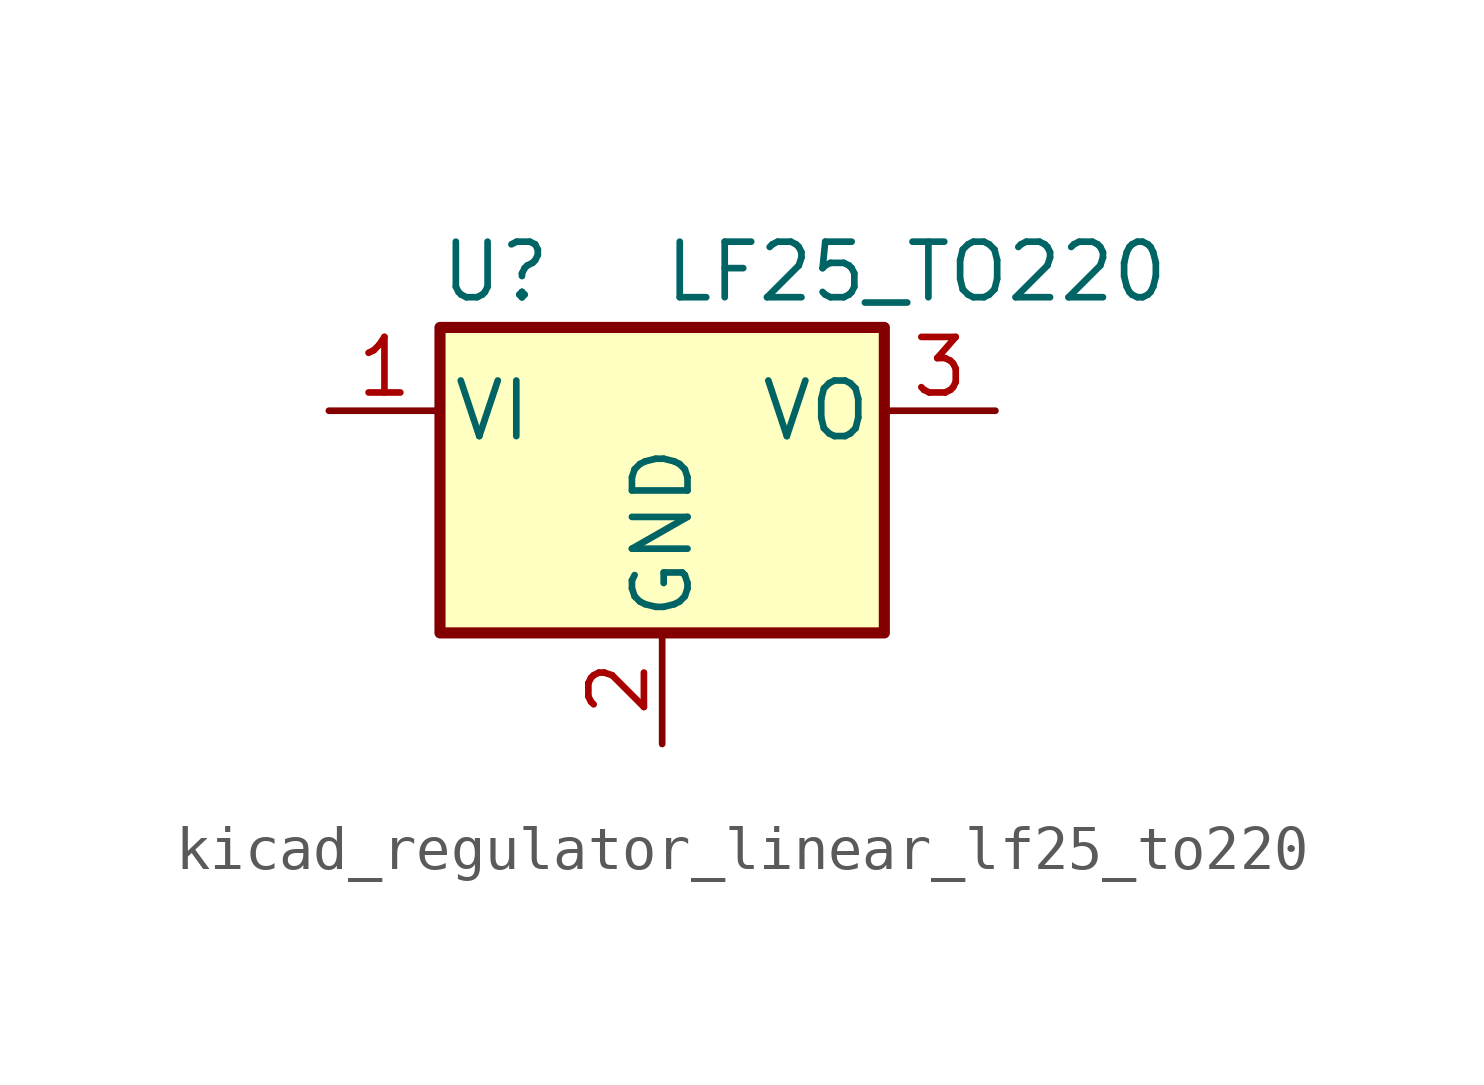
<source format=kicad_sym>
(kicad_symbol_lib
  (version 20220914)
  (generator kicad_symbol_editor)
  (symbol "kicad_regulator_linear_lf25_to220"
    (pin_names
      (offset 0.254))
    (property "Reference" "U"
      (at -3.81 3.175 0)
      (effects (font (size 1.27 1.27))))
    (property "Value" "LF25_TO220"
      (at 0 3.175 0)
      (effects (font (size 1.27 1.27)) (justify left)))
    (symbol "kicad_regulator_linear_lf25_to220_0_1"
      (rectangle (start -5.08 1.905) (end 5.08 -5.08) (stroke (width 0.254) (type default)) (fill (type background))))
    (symbol "kicad_regulator_linear_lf25_to220_1_1"
      (pin power_in line (at -7.62 0 0) (length 2.54) (name "VI" (effects (font (size 1.27 1.27)))) (number "1" (effects (font (size 1.27 1.27)))))
      (pin power_in line (at 0 -7.62 90) (length 2.54) (name "GND" (effects (font (size 1.27 1.27)))) (number "2" (effects (font (size 1.27 1.27)))))
      (pin power_out line (at 7.62 0 180) (length 2.54) (name "VO" (effects (font (size 1.27 1.27)))) (number "3" (effects (font (size 1.27 1.27))))))))
</source>
